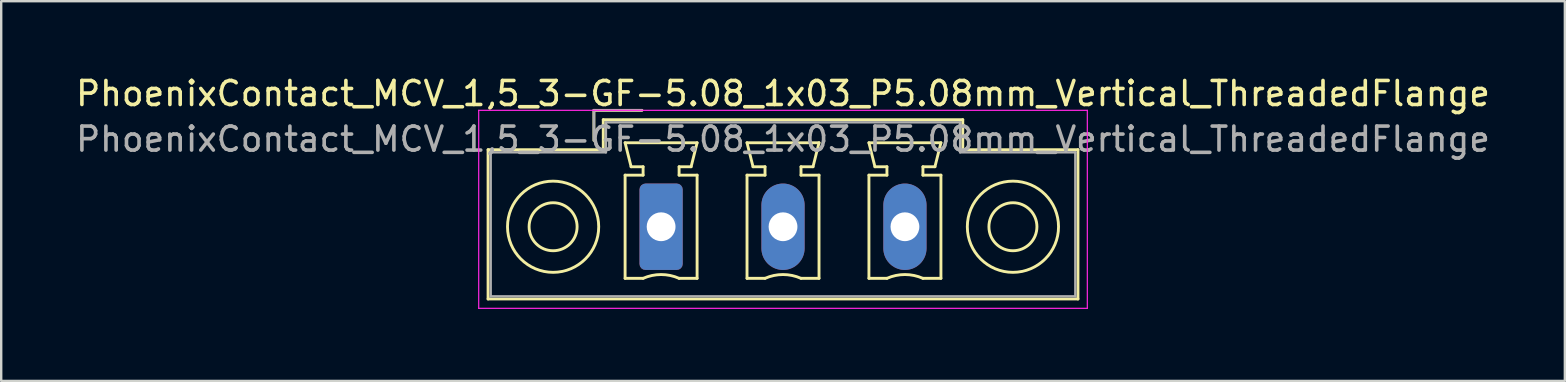
<source format=kicad_pcb>
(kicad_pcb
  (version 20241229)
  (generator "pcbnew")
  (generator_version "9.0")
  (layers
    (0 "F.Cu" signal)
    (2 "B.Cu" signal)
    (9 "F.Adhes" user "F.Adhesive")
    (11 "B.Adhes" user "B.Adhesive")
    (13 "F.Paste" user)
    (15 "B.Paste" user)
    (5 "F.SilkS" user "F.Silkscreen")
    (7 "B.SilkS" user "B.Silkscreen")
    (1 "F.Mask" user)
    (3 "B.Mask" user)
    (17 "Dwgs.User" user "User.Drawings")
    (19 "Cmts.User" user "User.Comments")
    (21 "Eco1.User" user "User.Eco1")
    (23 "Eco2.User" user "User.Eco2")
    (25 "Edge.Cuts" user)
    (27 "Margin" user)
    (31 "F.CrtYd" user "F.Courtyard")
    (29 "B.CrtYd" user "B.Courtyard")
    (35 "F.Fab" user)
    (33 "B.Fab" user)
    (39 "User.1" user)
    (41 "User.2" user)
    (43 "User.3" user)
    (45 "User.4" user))
  (footprint "PhoenixContact_MCV_1,5_3-GF-5.08_1x03_P5.08mm_Vertical_ThreadedFlange"
    (layer "F.Cu")
    (at 24.497 6.398)
    (property "Reference" "PhoenixContact_MCV_1,5_3-GF-5.08_1x03_P5.08mm_Vertical_ThreadedFlange" (at 5.08 -5.55 0) (layer "F.SilkS") (effects (font (size 1 1) (thickness 0.15))))
    (attr through_hole)
    (fp_line (start -7.21 -3.21) (end -7.21 3.01) (stroke (width 0.12) (type solid)) (layer "F.SilkS"))
    (fp_line (start -7.21 3.01) (end 17.37 3.01) (stroke (width 0.12) (type solid)) (layer "F.SilkS"))
    (fp_line (start -2.8 -4.85) (end -0.8 -4.85) (stroke (width 0.12) (type solid)) (layer "F.SilkS"))
    (fp_line (start -2.8 -3.6) (end -2.8 -4.85) (stroke (width 0.12) (type solid)) (layer "F.SilkS"))
    (fp_line (start -2.41 -4.46) (end -2.41 -3.21) (stroke (width 0.12) (type solid)) (layer "F.SilkS"))
    (fp_line (start -2.41 -3.21) (end -7.21 -3.21) (stroke (width 0.12) (type solid)) (layer "F.SilkS"))
    (fp_line (start -1.5 -3.5) (end 1.5 -3.5) (stroke (width 0.12) (type solid)) (layer "F.SilkS"))
    (fp_line (start -1.5 -2.15) (end -0.75 -2.15) (stroke (width 0.12) (type solid)) (layer "F.SilkS"))
    (fp_line (start -1.5 2.15) (end -1.5 -2.15) (stroke (width 0.12) (type solid)) (layer "F.SilkS"))
    (fp_line (start -1.25 -2.5) (end -1.5 -3.5) (stroke (width 0.12) (type solid)) (layer "F.SilkS"))
    (fp_line (start -0.75 -2.5) (end -1.25 -2.5) (stroke (width 0.12) (type solid)) (layer "F.SilkS"))
    (fp_line (start -0.75 -2.15) (end -0.75 -2.5) (stroke (width 0.12) (type solid)) (layer "F.SilkS"))
    (fp_line (start -0.75 2.15) (end -1.5 2.15) (stroke (width 0.12) (type solid)) (layer "F.SilkS"))
    (fp_line (start 0.75 -2.5) (end 0.75 -2.15) (stroke (width 0.12) (type solid)) (layer "F.SilkS"))
    (fp_line (start 0.75 -2.15) (end 1.5 -2.15) (stroke (width 0.12) (type solid)) (layer "F.SilkS"))
    (fp_line (start 1.25 -2.5) (end 0.75 -2.5) (stroke (width 0.12) (type solid)) (layer "F.SilkS"))
    (fp_line (start 1.5 -3.5) (end 1.25 -2.5) (stroke (width 0.12) (type solid)) (layer "F.SilkS"))
    (fp_line (start 1.5 -2.15) (end 1.5 2.15) (stroke (width 0.12) (type solid)) (layer "F.SilkS"))
    (fp_line (start 1.5 2.15) (end 0.75 2.15) (stroke (width 0.12) (type solid)) (layer "F.SilkS"))
    (fp_line (start 3.58 -3.5) (end 6.58 -3.5) (stroke (width 0.12) (type solid)) (layer "F.SilkS"))
    (fp_line (start 3.58 -2.15) (end 4.33 -2.15) (stroke (width 0.12) (type solid)) (layer "F.SilkS"))
    (fp_line (start 3.58 2.15) (end 3.58 -2.15) (stroke (width 0.12) (type solid)) (layer "F.SilkS"))
    (fp_line (start 3.83 -2.5) (end 3.58 -3.5) (stroke (width 0.12) (type solid)) (layer "F.SilkS"))
    (fp_line (start 4.33 -2.5) (end 3.83 -2.5) (stroke (width 0.12) (type solid)) (layer "F.SilkS"))
    (fp_line (start 4.33 -2.15) (end 4.33 -2.5) (stroke (width 0.12) (type solid)) (layer "F.SilkS"))
    (fp_line (start 4.33 2.15) (end 3.58 2.15) (stroke (width 0.12) (type solid)) (layer "F.SilkS"))
    (fp_line (start 5.83 -2.5) (end 5.83 -2.15) (stroke (width 0.12) (type solid)) (layer "F.SilkS"))
    (fp_line (start 5.83 -2.15) (end 6.58 -2.15) (stroke (width 0.12) (type solid)) (layer "F.SilkS"))
    (fp_line (start 6.33 -2.5) (end 5.83 -2.5) (stroke (width 0.12) (type solid)) (layer "F.SilkS"))
    (fp_line (start 6.58 -3.5) (end 6.33 -2.5) (stroke (width 0.12) (type solid)) (layer "F.SilkS"))
    (fp_line (start 6.58 -2.15) (end 6.58 2.15) (stroke (width 0.12) (type solid)) (layer "F.SilkS"))
    (fp_line (start 6.58 2.15) (end 5.83 2.15) (stroke (width 0.12) (type solid)) (layer "F.SilkS"))
    (fp_line (start 8.66 -3.5) (end 11.66 -3.5) (stroke (width 0.12) (type solid)) (layer "F.SilkS"))
    (fp_line (start 8.66 -2.15) (end 9.41 -2.15) (stroke (width 0.12) (type solid)) (layer "F.SilkS"))
    (fp_line (start 8.66 2.15) (end 8.66 -2.15) (stroke (width 0.12) (type solid)) (layer "F.SilkS"))
    (fp_line (start 8.91 -2.5) (end 8.66 -3.5) (stroke (width 0.12) (type solid)) (layer "F.SilkS"))
    (fp_line (start 9.41 -2.5) (end 8.91 -2.5) (stroke (width 0.12) (type solid)) (layer "F.SilkS"))
    (fp_line (start 9.41 -2.15) (end 9.41 -2.5) (stroke (width 0.12) (type solid)) (layer "F.SilkS"))
    (fp_line (start 9.41 2.15) (end 8.66 2.15) (stroke (width 0.12) (type solid)) (layer "F.SilkS"))
    (fp_line (start 10.91 -2.5) (end 10.91 -2.15) (stroke (width 0.12) (type solid)) (layer "F.SilkS"))
    (fp_line (start 10.91 -2.15) (end 11.66 -2.15) (stroke (width 0.12) (type solid)) (layer "F.SilkS"))
    (fp_line (start 11.41 -2.5) (end 10.91 -2.5) (stroke (width 0.12) (type solid)) (layer "F.SilkS"))
    (fp_line (start 11.66 -3.5) (end 11.41 -2.5) (stroke (width 0.12) (type solid)) (layer "F.SilkS"))
    (fp_line (start 11.66 -2.15) (end 11.66 2.15) (stroke (width 0.12) (type solid)) (layer "F.SilkS"))
    (fp_line (start 11.66 2.15) (end 10.91 2.15) (stroke (width 0.12) (type solid)) (layer "F.SilkS"))
    (fp_line (start 12.57 -4.46) (end -2.41 -4.46) (stroke (width 0.12) (type solid)) (layer "F.SilkS"))
    (fp_line (start 12.57 -3.21) (end 12.57 -4.46) (stroke (width 0.12) (type solid)) (layer "F.SilkS"))
    (fp_line (start 17.37 -3.21) (end 12.57 -3.21) (stroke (width 0.12) (type solid)) (layer "F.SilkS"))
    (fp_line (start 17.37 3.01) (end 17.37 -3.21) (stroke (width 0.12) (type solid)) (layer "F.SilkS"))
    (fp_arc (start -0.75 2.15) (mid -0.000193 1.99191) (end 0.749647 2.149844) (stroke (width 0.12) (type solid)) (layer "F.SilkS"))
    (fp_arc (start 4.33 2.15) (mid 5.079807 1.99191) (end 5.829647 2.149844) (stroke (width 0.12) (type solid)) (layer "F.SilkS"))
    (fp_arc (start 9.41 2.15) (mid 10.159807 1.99191) (end 10.909647 2.149844) (stroke (width 0.12) (type solid)) (layer "F.SilkS"))
    (fp_circle (center -4.5 0) (end -3.5 0) (stroke (width 0.12) (type solid)) (fill no) (layer "F.SilkS"))
    (fp_circle (center -4.5 0) (end -2.6 0) (stroke (width 0.12) (type solid)) (fill no) (layer "F.SilkS"))
    (fp_circle (center 14.66 0) (end 15.66 0) (stroke (width 0.12) (type solid)) (fill no) (layer "F.SilkS"))
    (fp_circle (center 14.66 0) (end 16.56 0) (stroke (width 0.12) (type solid)) (fill no) (layer "F.SilkS"))
    (fp_line (start -7.6 -4.85) (end -7.6 3.4) (stroke (width 0.05) (type solid)) (layer "F.CrtYd"))
    (fp_line (start -7.6 3.4) (end 17.76 3.4) (stroke (width 0.05) (type solid)) (layer "F.CrtYd"))
    (fp_line (start 17.76 -4.85) (end -7.6 -4.85) (stroke (width 0.05) (type solid)) (layer "F.CrtYd"))
    (fp_line (start 17.76 3.4) (end 17.76 -4.85) (stroke (width 0.05) (type solid)) (layer "F.CrtYd"))
    (fp_line (start -7.1 -3.1) (end -7.1 2.9) (stroke (width 0.1) (type solid)) (layer "F.Fab"))
    (fp_line (start -7.1 2.9) (end 17.26 2.9) (stroke (width 0.1) (type solid)) (layer "F.Fab"))
    (fp_line (start -2.8 -4.85) (end -0.8 -4.85) (stroke (width 0.1) (type solid)) (layer "F.Fab"))
    (fp_line (start -2.8 -3.6) (end -2.8 -4.85) (stroke (width 0.1) (type solid)) (layer "F.Fab"))
    (fp_line (start -2.3 -4.35) (end -2.3 -3.1) (stroke (width 0.1) (type solid)) (layer "F.Fab"))
    (fp_line (start -2.3 -3.1) (end -7.1 -3.1) (stroke (width 0.1) (type solid)) (layer "F.Fab"))
    (fp_line (start 12.46 -4.35) (end -2.3 -4.35) (stroke (width 0.1) (type solid)) (layer "F.Fab"))
    (fp_line (start 12.46 -3.1) (end 12.46 -4.35) (stroke (width 0.1) (type solid)) (layer "F.Fab"))
    (fp_line (start 17.26 -3.1) (end 12.46 -3.1) (stroke (width 0.1) (type solid)) (layer "F.Fab"))
    (fp_line (start 17.26 2.9) (end 17.26 -3.1) (stroke (width 0.1) (type solid)) (layer "F.Fab"))
    (fp_text user "${REFERENCE}" (at 5.08 -3.65 0) (layer "F.Fab") (effects (font (size 1 1) (thickness 0.15))))
    (pad "1" thru_hole roundrect (at 0 0) (size 1.8 3.6) (drill 1.2) (layers "*.Cu" "*.Mask") (roundrect_rratio 0.139))
    (pad "2" thru_hole oval (at 5.08 0) (size 1.8 3.6) (drill 1.2) (layers "*.Cu" "*.Mask"))
    (pad "3" thru_hole oval (at 10.16 0) (size 1.8 3.6) (drill 1.2) (layers "*.Cu" "*.Mask")))
  (gr_rect
    (start -3 -3)
    (end 62.155 12.823)
    (stroke (width 0.1) (type default))
    (fill no)
    (layer "Edge.Cuts")))
</source>
